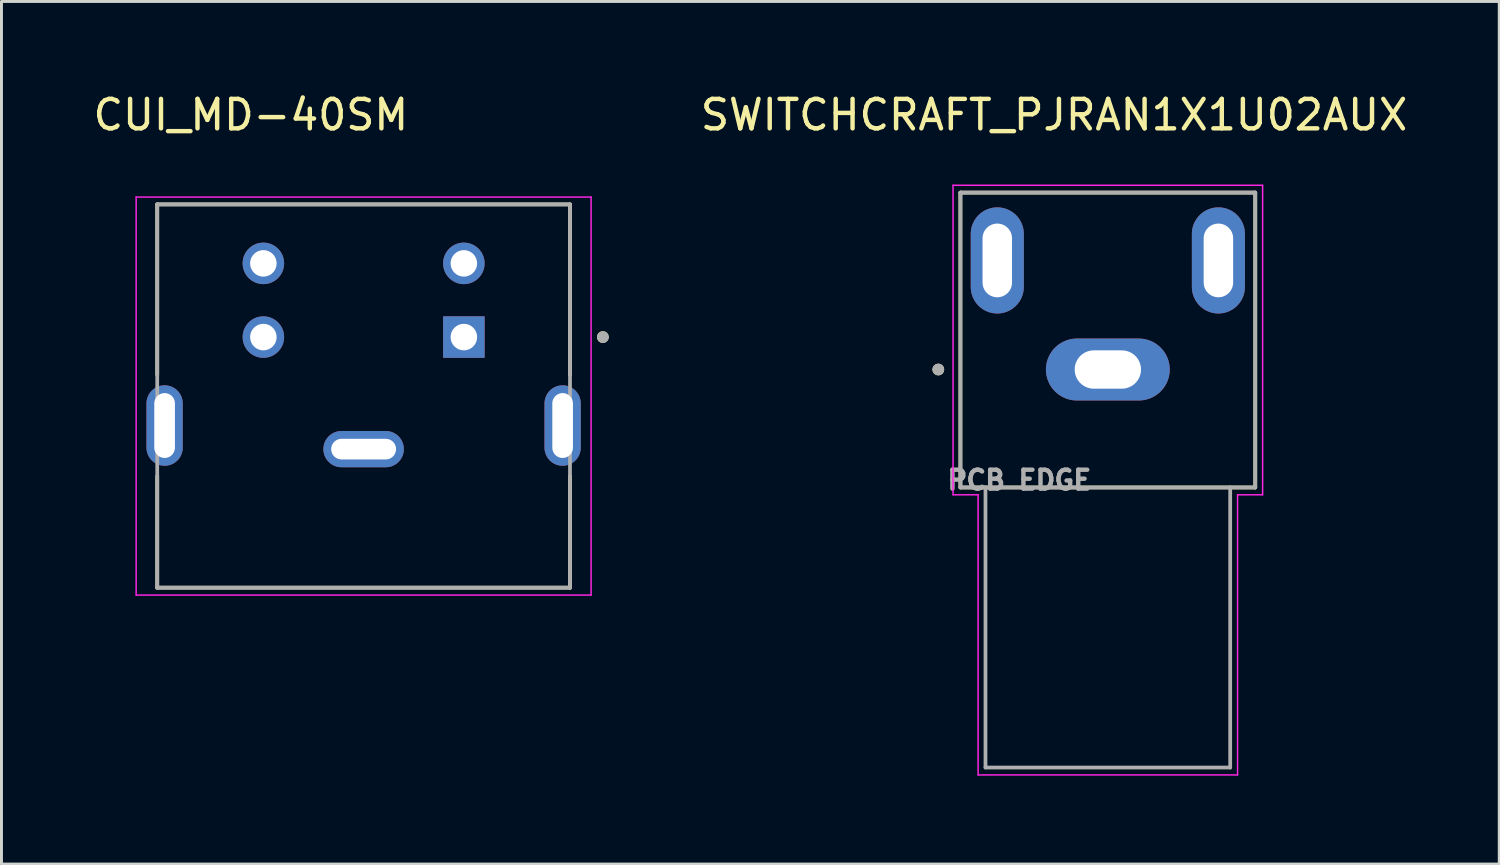
<source format=kicad_pcb>
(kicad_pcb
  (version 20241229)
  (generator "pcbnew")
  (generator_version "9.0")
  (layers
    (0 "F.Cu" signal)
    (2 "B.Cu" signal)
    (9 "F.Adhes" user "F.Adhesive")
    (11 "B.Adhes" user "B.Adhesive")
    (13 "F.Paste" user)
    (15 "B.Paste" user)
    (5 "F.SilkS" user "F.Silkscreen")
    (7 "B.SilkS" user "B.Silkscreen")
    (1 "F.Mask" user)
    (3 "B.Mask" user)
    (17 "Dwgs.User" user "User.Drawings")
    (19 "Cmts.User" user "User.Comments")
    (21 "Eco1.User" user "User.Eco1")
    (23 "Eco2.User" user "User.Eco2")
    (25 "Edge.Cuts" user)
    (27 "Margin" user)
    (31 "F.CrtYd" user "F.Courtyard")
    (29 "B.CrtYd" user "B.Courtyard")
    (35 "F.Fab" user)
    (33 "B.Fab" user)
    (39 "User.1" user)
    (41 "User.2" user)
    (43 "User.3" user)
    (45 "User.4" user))
  (footprint "CUI_MD-40SM"
    (layer "F.Cu")
    (at 9.283 12.183)
    (property "Reference" "CUI_MD-40SM" (at -3.825 -11.335 0) (layer "F.SilkS") (effects (font (size 1 1) (thickness 0.15))))
    (attr through_hole)
    (fp_line (start -7 -8.3) (end 7 -8.3) (stroke (width 0.127) (type solid)) (layer "F.SilkS"))
    (fp_line (start -7 -2.515) (end -7 -8.3) (stroke (width 0.127) (type solid)) (layer "F.SilkS"))
    (fp_line (start -7 4.7) (end -7 0.915) (stroke (width 0.127) (type solid)) (layer "F.SilkS"))
    (fp_line (start 7 -8.3) (end 7 -2.515) (stroke (width 0.127) (type solid)) (layer "F.SilkS"))
    (fp_line (start 7 4.7) (end -7 4.7) (stroke (width 0.127) (type solid)) (layer "F.SilkS"))
    (fp_line (start 7 4.7) (end 7 0.915) (stroke (width 0.127) (type solid)) (layer "F.SilkS"))
    (fp_circle (center 8.115 -3.8) (end 8.215 -3.8) (stroke (width 0.2) (type solid)) (fill no) (layer "F.SilkS"))
    (fp_line (start -7.715 -8.55) (end -7.715 4.95) (stroke (width 0.05) (type solid)) (layer "F.CrtYd"))
    (fp_line (start -7.715 4.95) (end 7.715 4.95) (stroke (width 0.05) (type solid)) (layer "F.CrtYd"))
    (fp_line (start 7.715 -8.55) (end -7.715 -8.55) (stroke (width 0.05) (type solid)) (layer "F.CrtYd"))
    (fp_line (start 7.715 4.95) (end 7.715 -8.55) (stroke (width 0.05) (type solid)) (layer "F.CrtYd"))
    (fp_line (start -7 -8.3) (end 7 -8.3) (stroke (width 0.127) (type solid)) (layer "F.Fab"))
    (fp_line (start -7 4.7) (end -7 -8.3) (stroke (width 0.127) (type solid)) (layer "F.Fab"))
    (fp_line (start 7 -8.3) (end 7 4.7) (stroke (width 0.127) (type solid)) (layer "F.Fab"))
    (fp_line (start 7 4.7) (end -7 4.7) (stroke (width 0.127) (type solid)) (layer "F.Fab"))
    (fp_circle (center 8.115 -3.8) (end 8.215 -3.8) (stroke (width 0.2) (type solid)) (fill no) (layer "F.Fab"))
    (pad "1" thru_hole rect (at 3.4 -3.8) (size 1.408 1.408) (drill 0.9) (layers "*.Cu" "*.Mask"))
    (pad "2" thru_hole circle (at -3.4 -3.8) (size 1.408 1.408) (drill 0.9) (layers "*.Cu" "*.Mask"))
    (pad "3" thru_hole circle (at 3.4 -6.3) (size 1.408 1.408) (drill 0.9) (layers "*.Cu" "*.Mask"))
    (pad "4" thru_hole circle (at -3.4 -6.3) (size 1.408 1.408) (drill 0.9) (layers "*.Cu" "*.Mask"))
    (pad "S1" thru_hole oval (at 0 0) (size 2.73 1.23) (drill oval 2.2 0.7) (layers "*.Cu" "*.Mask"))
    (pad "S2" thru_hole oval (at -6.75 -0.8) (size 1.23 2.73) (drill oval 0.7 2.2) (layers "*.Cu" "*.Mask"))
    (pad "S3" thru_hole oval (at 6.75 -0.8) (size 1.23 2.73) (drill oval 0.7 2.2) (layers "*.Cu" "*.Mask")))
  (footprint "SWITCHCRAFT_PJRAN1X1U02AUX"
    (layer "F.Cu")
    (at 34.525 9.483)
    (property "Reference" "SWITCHCRAFT_PJRAN1X1U02AUX" (at -1.825 -8.635 0) (layer "F.SilkS") (effects (font (size 1 1) (thickness 0.15))))
    (attr through_hole)
    (fp_line (start -5 -6) (end -5 4) (stroke (width 0.127) (type solid)) (layer "F.SilkS"))
    (fp_line (start -5 4) (end 5 4) (stroke (width 0.127) (type solid)) (layer "F.SilkS"))
    (fp_line (start 5 -6) (end -5 -6) (stroke (width 0.127) (type solid)) (layer "F.SilkS"))
    (fp_line (start 5 4) (end 5 -6) (stroke (width 0.127) (type solid)) (layer "F.SilkS"))
    (fp_circle (center -5.75 0) (end -5.65 0) (stroke (width 0.2) (type solid)) (fill no) (layer "F.SilkS"))
    (fp_line (start -5.25 -6.25) (end -5.25 4.25) (stroke (width 0.05) (type solid)) (layer "F.CrtYd"))
    (fp_line (start -5.25 4.25) (end -4.4 4.25) (stroke (width 0.05) (type solid)) (layer "F.CrtYd"))
    (fp_line (start -4.4 4.25) (end -4.4 13.75) (stroke (width 0.05) (type solid)) (layer "F.CrtYd"))
    (fp_line (start -4.4 13.75) (end 4.4 13.75) (stroke (width 0.05) (type solid)) (layer "F.CrtYd"))
    (fp_line (start 4.4 4.25) (end 5.25 4.25) (stroke (width 0.05) (type solid)) (layer "F.CrtYd"))
    (fp_line (start 4.4 13.75) (end 4.4 4.25) (stroke (width 0.05) (type solid)) (layer "F.CrtYd"))
    (fp_line (start 5.25 -6.25) (end -5.25 -6.25) (stroke (width 0.05) (type solid)) (layer "F.CrtYd"))
    (fp_line (start 5.25 4.25) (end 5.25 -6.25) (stroke (width 0.05) (type solid)) (layer "F.CrtYd"))
    (fp_line (start -5 -6) (end -5 4) (stroke (width 0.127) (type solid)) (layer "F.Fab"))
    (fp_line (start -5 4) (end -4.15 4) (stroke (width 0.127) (type solid)) (layer "F.Fab"))
    (fp_line (start -4.15 4) (end -4.15 13.5) (stroke (width 0.127) (type solid)) (layer "F.Fab"))
    (fp_line (start -4.15 4) (end 4.15 4) (stroke (width 0.127) (type solid)) (layer "F.Fab"))
    (fp_line (start -4.15 13.5) (end 4.15 13.5) (stroke (width 0.127) (type solid)) (layer "F.Fab"))
    (fp_line (start 4.15 4) (end 5 4) (stroke (width 0.127) (type solid)) (layer "F.Fab"))
    (fp_line (start 4.15 13.5) (end 4.15 4) (stroke (width 0.127) (type solid)) (layer "F.Fab"))
    (fp_line (start 5 -6) (end -5 -6) (stroke (width 0.127) (type solid)) (layer "F.Fab"))
    (fp_line (start 5 4) (end 5 -6) (stroke (width 0.127) (type solid)) (layer "F.Fab"))
    (fp_circle (center -5.75 0) (end -5.65 0) (stroke (width 0.2) (type solid)) (fill no) (layer "F.Fab"))
    (fp_text user "PCB EDGE" (at -3 3.75 0) (layer "F.Fab") (effects (font (size 0.64 0.64) (thickness 0.15))))
    (pad "1" thru_hole oval (at 0 0) (size 4.2 2.1) (drill oval 2.25 1.3) (layers "*.Cu" "*.Mask"))
    (pad "2" thru_hole oval (at -3.75 -3.7) (size 1.8 3.6) (drill oval 1 2.5) (layers "*.Cu" "*.Mask"))
    (pad "3" thru_hole oval (at 3.75 -3.7) (size 1.8 3.6) (drill oval 1 2.5) (layers "*.Cu" "*.Mask")))
  (gr_rect
    (start -3 -3)
    (end 47.801 26.258)
    (stroke (width 0.1) (type default))
    (fill no)
    (layer "Edge.Cuts")))
</source>
